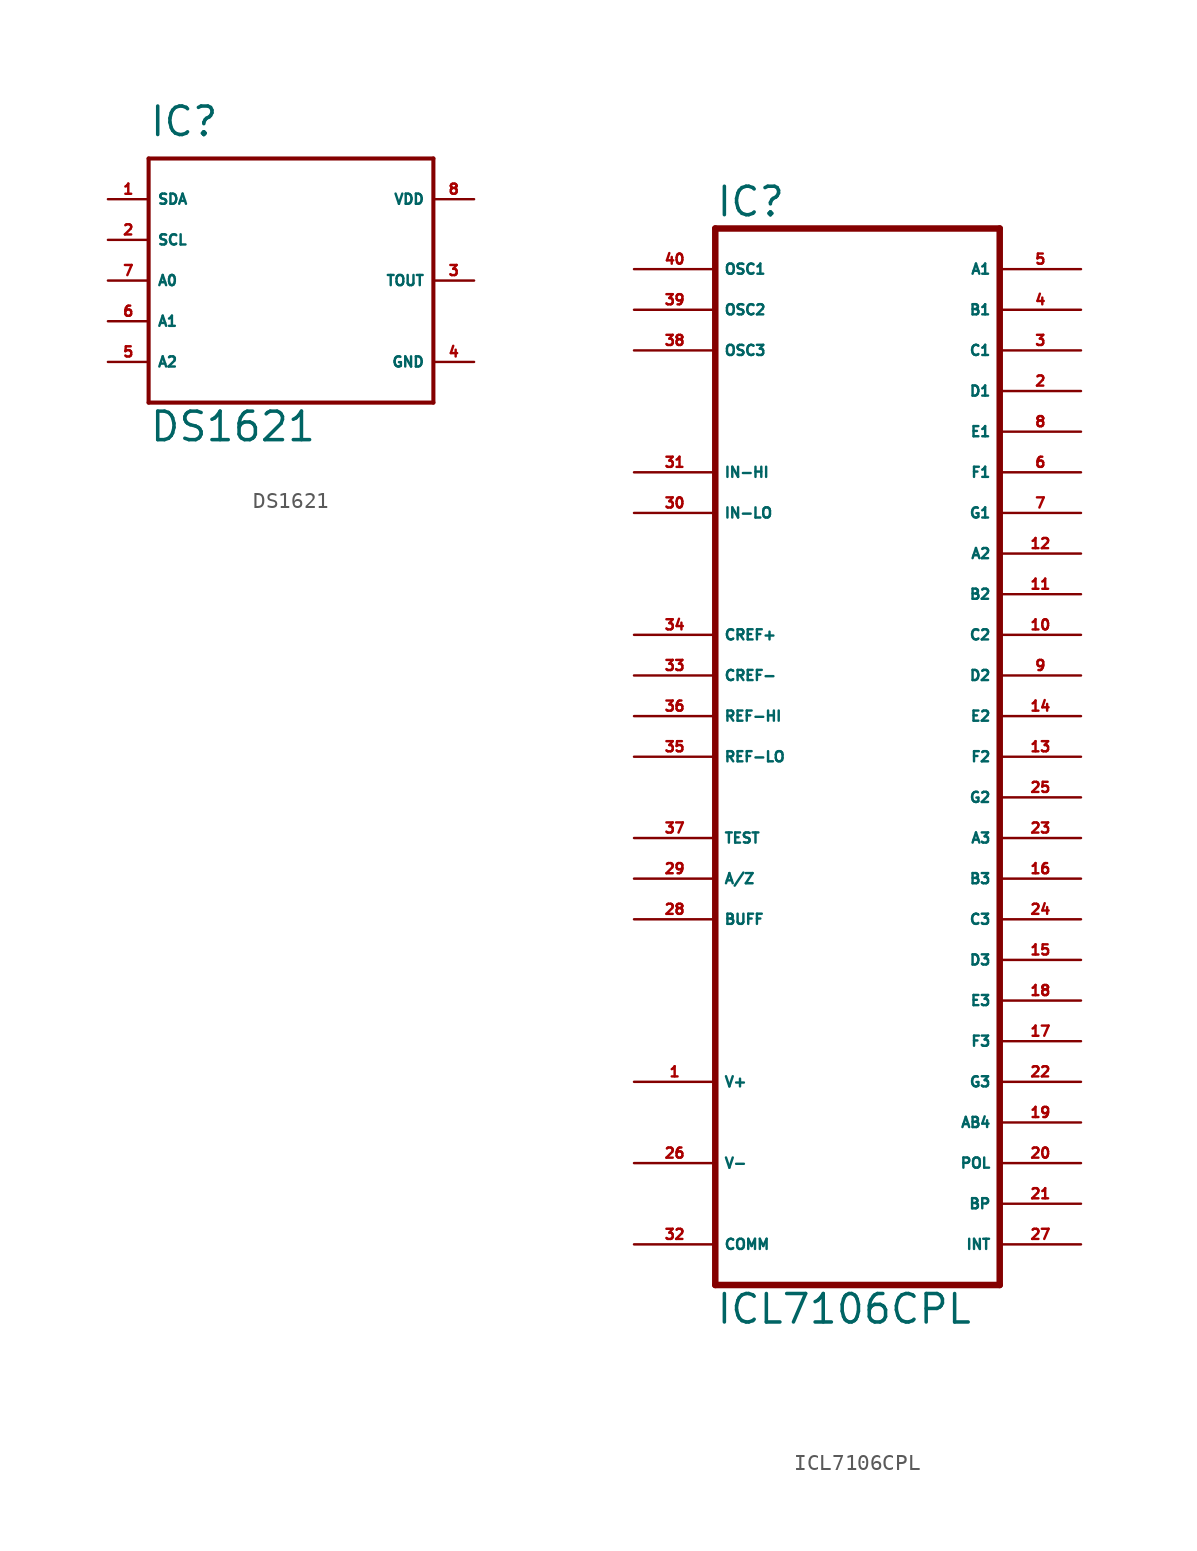
<source format=kicad_sym>
(kicad_symbol_lib
  (version 20220914)
  (generator Eagle2Kicad)
  (symbol "DS1621"
    (property "Reference" "IC"
      (at -7.62 8.89 0)
      (effects (font (size 1.778 1.778) (thickness 0.22)) (justify left bottom)))
    (property "Value" "DS1621"
      (at -7.62 -10.16 0)
      (effects (font (size 1.778 1.778) (thickness 0.22)) (justify left bottom)))
    (polyline
      (pts (xy -7.62 7.62) (xy 10.16 7.62))
      (stroke (width 0.254) (type default))
      (fill (type none)))
    (polyline
      (pts (xy 10.16 7.62) (xy 10.16 -7.62))
      (stroke (width 0.254) (type default))
      (fill (type none)))
    (polyline
      (pts (xy 10.16 -7.62) (xy -7.62 -7.62))
      (stroke (width 0.254) (type default))
      (fill (type none)))
    (polyline
      (pts (xy -7.62 -7.62) (xy -7.62 7.62))
      (stroke (width 0.254) (type default))
      (fill (type none)))
    (pin bidirectional line
      (at -10.16 5.08 0)
      (length 2.54)
      (name "SDA" (effects (font (size 0.635 0.635) (thickness 0.08)) (justify left bottom)))
      (number "1" (effects (font (size 0.635 0.635) (thickness 0.08)) (justify left bottom))))
    (pin input line
      (at -10.16 2.54 0)
      (length 2.54)
      (name "SCL" (effects (font (size 0.635 0.635) (thickness 0.08)) (justify left bottom)))
      (number "2" (effects (font (size 0.635 0.635) (thickness 0.08)) (justify left bottom))))
    (pin output line
      (at 12.7 0 180)
      (length 2.54)
      (name "TOUT" (effects (font (size 0.635 0.635) (thickness 0.08)) (justify left bottom)))
      (number "3" (effects (font (size 0.635 0.635) (thickness 0.08)) (justify left bottom))))
    (pin unspecified line
      (at 12.7 -5.08 180)
      (length 2.54)
      (name "GND" (effects (font (size 0.635 0.635) (thickness 0.08)) (justify left bottom)))
      (number "4" (effects (font (size 0.635 0.635) (thickness 0.08)) (justify left bottom))))
    (pin input line
      (at -10.16 0 0)
      (length 2.54)
      (name "A0" (effects (font (size 0.635 0.635) (thickness 0.08)) (justify left bottom)))
      (number "7" (effects (font (size 0.635 0.635) (thickness 0.08)) (justify left bottom))))
    (pin input line
      (at -10.16 -2.54 0)
      (length 2.54)
      (name "A1" (effects (font (size 0.635 0.635) (thickness 0.08)) (justify left bottom)))
      (number "6" (effects (font (size 0.635 0.635) (thickness 0.08)) (justify left bottom))))
    (pin input line
      (at -10.16 -5.08 0)
      (length 2.54)
      (name "A2" (effects (font (size 0.635 0.635) (thickness 0.08)) (justify left bottom)))
      (number "5" (effects (font (size 0.635 0.635) (thickness 0.08)) (justify left bottom))))
    (pin unspecified line
      (at 12.7 5.08 180)
      (length 2.54)
      (name "VDD" (effects (font (size 0.635 0.635) (thickness 0.08)) (justify left bottom)))
      (number "8" (effects (font (size 0.635 0.635) (thickness 0.08)) (justify left bottom)))))
  (symbol "ICL7106CPL"
    (property "Reference" "IC"
      (at -10.16 31.115 0)
      (effects (font (size 1.778 1.778) (thickness 0.22)) (justify left bottom)))
    (property "Value" "ICL7106CPL"
      (at -10.16 -38.1 0)
      (effects (font (size 1.778 1.778) (thickness 0.22)) (justify left bottom)))
    (polyline
      (pts (xy -10.16 30.48) (xy 7.62 30.48))
      (stroke (width 0.406) (type default))
      (fill (type none)))
    (polyline
      (pts (xy 7.62 -35.56) (xy 7.62 30.48))
      (stroke (width 0.406) (type default))
      (fill (type none)))
    (polyline
      (pts (xy 7.62 -35.56) (xy -10.16 -35.56))
      (stroke (width 0.406) (type default))
      (fill (type none)))
    (polyline
      (pts (xy -10.16 30.48) (xy -10.16 -35.56))
      (stroke (width 0.406) (type default))
      (fill (type none)))
    (pin tri_state line
      (at 12.7 20.32 180)
      (length 5.08)
      (name "D1" (effects (font (size 0.635 0.635) (thickness 0.08)) (justify left bottom)))
      (number "2" (effects (font (size 0.635 0.635) (thickness 0.08)) (justify left bottom))))
    (pin tri_state line
      (at 12.7 22.86 180)
      (length 5.08)
      (name "C1" (effects (font (size 0.635 0.635) (thickness 0.08)) (justify left bottom)))
      (number "3" (effects (font (size 0.635 0.635) (thickness 0.08)) (justify left bottom))))
    (pin tri_state line
      (at 12.7 25.4 180)
      (length 5.08)
      (name "B1" (effects (font (size 0.635 0.635) (thickness 0.08)) (justify left bottom)))
      (number "4" (effects (font (size 0.635 0.635) (thickness 0.08)) (justify left bottom))))
    (pin tri_state line
      (at 12.7 27.94 180)
      (length 5.08)
      (name "A1" (effects (font (size 0.635 0.635) (thickness 0.08)) (justify left bottom)))
      (number "5" (effects (font (size 0.635 0.635) (thickness 0.08)) (justify left bottom))))
    (pin tri_state line
      (at 12.7 15.24 180)
      (length 5.08)
      (name "F1" (effects (font (size 0.635 0.635) (thickness 0.08)) (justify left bottom)))
      (number "6" (effects (font (size 0.635 0.635) (thickness 0.08)) (justify left bottom))))
    (pin tri_state line
      (at 12.7 12.7 180)
      (length 5.08)
      (name "G1" (effects (font (size 0.635 0.635) (thickness 0.08)) (justify left bottom)))
      (number "7" (effects (font (size 0.635 0.635) (thickness 0.08)) (justify left bottom))))
    (pin tri_state line
      (at 12.7 17.78 180)
      (length 5.08)
      (name "E1" (effects (font (size 0.635 0.635) (thickness 0.08)) (justify left bottom)))
      (number "8" (effects (font (size 0.635 0.635) (thickness 0.08)) (justify left bottom))))
    (pin tri_state line
      (at 12.7 2.54 180)
      (length 5.08)
      (name "D2" (effects (font (size 0.635 0.635) (thickness 0.08)) (justify left bottom)))
      (number "9" (effects (font (size 0.635 0.635) (thickness 0.08)) (justify left bottom))))
    (pin tri_state line
      (at 12.7 5.08 180)
      (length 5.08)
      (name "C2" (effects (font (size 0.635 0.635) (thickness 0.08)) (justify left bottom)))
      (number "10" (effects (font (size 0.635 0.635) (thickness 0.08)) (justify left bottom))))
    (pin tri_state line
      (at 12.7 7.62 180)
      (length 5.08)
      (name "B2" (effects (font (size 0.635 0.635) (thickness 0.08)) (justify left bottom)))
      (number "11" (effects (font (size 0.635 0.635) (thickness 0.08)) (justify left bottom))))
    (pin tri_state line
      (at 12.7 10.16 180)
      (length 5.08)
      (name "A2" (effects (font (size 0.635 0.635) (thickness 0.08)) (justify left bottom)))
      (number "12" (effects (font (size 0.635 0.635) (thickness 0.08)) (justify left bottom))))
    (pin tri_state line
      (at 12.7 -2.54 180)
      (length 5.08)
      (name "F2" (effects (font (size 0.635 0.635) (thickness 0.08)) (justify left bottom)))
      (number "13" (effects (font (size 0.635 0.635) (thickness 0.08)) (justify left bottom))))
    (pin tri_state line
      (at 12.7 0 180)
      (length 5.08)
      (name "E2" (effects (font (size 0.635 0.635) (thickness 0.08)) (justify left bottom)))
      (number "14" (effects (font (size 0.635 0.635) (thickness 0.08)) (justify left bottom))))
    (pin tri_state line
      (at 12.7 -15.24 180)
      (length 5.08)
      (name "D3" (effects (font (size 0.635 0.635) (thickness 0.08)) (justify left bottom)))
      (number "15" (effects (font (size 0.635 0.635) (thickness 0.08)) (justify left bottom))))
    (pin tri_state line
      (at 12.7 -10.16 180)
      (length 5.08)
      (name "B3" (effects (font (size 0.635 0.635) (thickness 0.08)) (justify left bottom)))
      (number "16" (effects (font (size 0.635 0.635) (thickness 0.08)) (justify left bottom))))
    (pin tri_state line
      (at 12.7 -20.32 180)
      (length 5.08)
      (name "F3" (effects (font (size 0.635 0.635) (thickness 0.08)) (justify left bottom)))
      (number "17" (effects (font (size 0.635 0.635) (thickness 0.08)) (justify left bottom))))
    (pin tri_state line
      (at 12.7 -17.78 180)
      (length 5.08)
      (name "E3" (effects (font (size 0.635 0.635) (thickness 0.08)) (justify left bottom)))
      (number "18" (effects (font (size 0.635 0.635) (thickness 0.08)) (justify left bottom))))
    (pin tri_state line
      (at 12.7 -25.4 180)
      (length 5.08)
      (name "AB4" (effects (font (size 0.635 0.635) (thickness 0.08)) (justify left bottom)))
      (number "19" (effects (font (size 0.635 0.635) (thickness 0.08)) (justify left bottom))))
    (pin tri_state line
      (at 12.7 -22.86 180)
      (length 5.08)
      (name "G3" (effects (font (size 0.635 0.635) (thickness 0.08)) (justify left bottom)))
      (number "22" (effects (font (size 0.635 0.635) (thickness 0.08)) (justify left bottom))))
    (pin tri_state line
      (at 12.7 -7.62 180)
      (length 5.08)
      (name "A3" (effects (font (size 0.635 0.635) (thickness 0.08)) (justify left bottom)))
      (number "23" (effects (font (size 0.635 0.635) (thickness 0.08)) (justify left bottom))))
    (pin tri_state line
      (at 12.7 -12.7 180)
      (length 5.08)
      (name "C3" (effects (font (size 0.635 0.635) (thickness 0.08)) (justify left bottom)))
      (number "24" (effects (font (size 0.635 0.635) (thickness 0.08)) (justify left bottom))))
    (pin tri_state line
      (at 12.7 -5.08 180)
      (length 5.08)
      (name "G2" (effects (font (size 0.635 0.635) (thickness 0.08)) (justify left bottom)))
      (number "25" (effects (font (size 0.635 0.635) (thickness 0.08)) (justify left bottom))))
    (pin output line
      (at 12.7 -27.94 180)
      (length 5.08)
      (name "POL" (effects (font (size 0.635 0.635) (thickness 0.08)) (justify left bottom)))
      (number "20" (effects (font (size 0.635 0.635) (thickness 0.08)) (justify left bottom))))
    (pin output line
      (at 12.7 -30.48 180)
      (length 5.08)
      (name "BP" (effects (font (size 0.635 0.635) (thickness 0.08)) (justify left bottom)))
      (number "21" (effects (font (size 0.635 0.635) (thickness 0.08)) (justify left bottom))))
    (pin passive line
      (at -15.24 27.94 0)
      (length 5.08)
      (name "OSC1" (effects (font (size 0.635 0.635) (thickness 0.08)) (justify left bottom)))
      (number "40" (effects (font (size 0.635 0.635) (thickness 0.08)) (justify left bottom))))
    (pin passive line
      (at -15.24 25.4 0)
      (length 5.08)
      (name "OSC2" (effects (font (size 0.635 0.635) (thickness 0.08)) (justify left bottom)))
      (number "39" (effects (font (size 0.635 0.635) (thickness 0.08)) (justify left bottom))))
    (pin passive line
      (at -15.24 22.86 0)
      (length 5.08)
      (name "OSC3" (effects (font (size 0.635 0.635) (thickness 0.08)) (justify left bottom)))
      (number "38" (effects (font (size 0.635 0.635) (thickness 0.08)) (justify left bottom))))
    (pin input line
      (at -15.24 15.24 0)
      (length 5.08)
      (name "IN-HI" (effects (font (size 0.635 0.635) (thickness 0.08)) (justify left bottom)))
      (number "31" (effects (font (size 0.635 0.635) (thickness 0.08)) (justify left bottom))))
    (pin input line
      (at -15.24 12.7 0)
      (length 5.08)
      (name "IN-LO" (effects (font (size 0.635 0.635) (thickness 0.08)) (justify left bottom)))
      (number "30" (effects (font (size 0.635 0.635) (thickness 0.08)) (justify left bottom))))
    (pin unspecified line
      (at -15.24 -33.02 0)
      (length 5.08)
      (name "COMM" (effects (font (size 0.635 0.635) (thickness 0.08)) (justify left bottom)))
      (number "32" (effects (font (size 0.635 0.635) (thickness 0.08)) (justify left bottom))))
    (pin passive line
      (at -15.24 5.08 0)
      (length 5.08)
      (name "CREF+" (effects (font (size 0.635 0.635) (thickness 0.08)) (justify left bottom)))
      (number "34" (effects (font (size 0.635 0.635) (thickness 0.08)) (justify left bottom))))
    (pin passive line
      (at -15.24 2.54 0)
      (length 5.08)
      (name "CREF-" (effects (font (size 0.635 0.635) (thickness 0.08)) (justify left bottom)))
      (number "33" (effects (font (size 0.635 0.635) (thickness 0.08)) (justify left bottom))))
    (pin input line
      (at -15.24 -2.54 0)
      (length 5.08)
      (name "REF-LO" (effects (font (size 0.635 0.635) (thickness 0.08)) (justify left bottom)))
      (number "35" (effects (font (size 0.635 0.635) (thickness 0.08)) (justify left bottom))))
    (pin input line
      (at -15.24 0 0)
      (length 5.08)
      (name "REF-HI" (effects (font (size 0.635 0.635) (thickness 0.08)) (justify left bottom)))
      (number "36" (effects (font (size 0.635 0.635) (thickness 0.08)) (justify left bottom))))
    (pin passive line
      (at -15.24 -7.62 0)
      (length 5.08)
      (name "TEST" (effects (font (size 0.635 0.635) (thickness 0.08)) (justify left bottom)))
      (number "37" (effects (font (size 0.635 0.635) (thickness 0.08)) (justify left bottom))))
    (pin passive line
      (at -15.24 -10.16 0)
      (length 5.08)
      (name "A/Z" (effects (font (size 0.635 0.635) (thickness 0.08)) (justify left bottom)))
      (number "29" (effects (font (size 0.635 0.635) (thickness 0.08)) (justify left bottom))))
    (pin passive line
      (at -15.24 -12.7 0)
      (length 5.08)
      (name "BUFF" (effects (font (size 0.635 0.635) (thickness 0.08)) (justify left bottom)))
      (number "28" (effects (font (size 0.635 0.635) (thickness 0.08)) (justify left bottom))))
    (pin output line
      (at 12.7 -33.02 180)
      (length 5.08)
      (name "INT" (effects (font (size 0.635 0.635) (thickness 0.08)) (justify left bottom)))
      (number "27" (effects (font (size 0.635 0.635) (thickness 0.08)) (justify left bottom))))
    (pin unspecified line
      (at -15.24 -22.86 0)
      (length 5.08)
      (name "V+" (effects (font (size 0.635 0.635) (thickness 0.08)) (justify left bottom)))
      (number "1" (effects (font (size 0.635 0.635) (thickness 0.08)) (justify left bottom))))
    (pin unspecified line
      (at -15.24 -27.94 0)
      (length 5.08)
      (name "V-" (effects (font (size 0.635 0.635) (thickness 0.08)) (justify left bottom)))
      (number "26" (effects (font (size 0.635 0.635) (thickness 0.08)) (justify left bottom))))))
</source>
